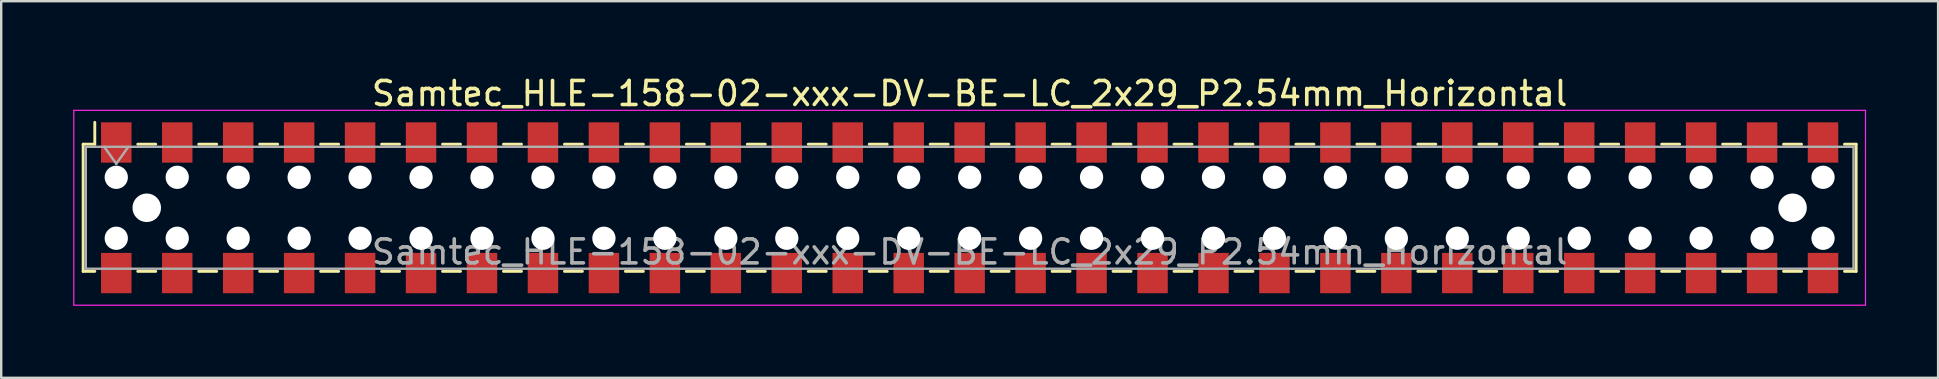
<source format=kicad_pcb>
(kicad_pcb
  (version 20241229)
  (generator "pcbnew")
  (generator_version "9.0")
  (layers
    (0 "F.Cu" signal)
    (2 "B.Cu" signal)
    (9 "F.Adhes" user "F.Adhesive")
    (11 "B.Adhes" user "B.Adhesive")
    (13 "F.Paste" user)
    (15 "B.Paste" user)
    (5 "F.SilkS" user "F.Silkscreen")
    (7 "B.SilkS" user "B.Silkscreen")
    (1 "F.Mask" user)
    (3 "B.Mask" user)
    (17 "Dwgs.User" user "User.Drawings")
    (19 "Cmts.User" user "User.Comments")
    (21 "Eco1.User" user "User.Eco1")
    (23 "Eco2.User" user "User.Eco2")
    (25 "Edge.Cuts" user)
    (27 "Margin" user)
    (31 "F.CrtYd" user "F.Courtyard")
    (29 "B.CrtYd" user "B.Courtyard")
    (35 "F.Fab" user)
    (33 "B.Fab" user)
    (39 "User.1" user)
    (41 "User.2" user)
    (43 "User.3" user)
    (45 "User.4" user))
  (footprint "Samtec_HLE-158-02-xxx-DV-BE-LC_2x29_P2.54mm_Horizontal"
    (layer "F.Cu")
    (at 37.355 5.608)
    (property "Reference" "Samtec_HLE-158-02-xxx-DV-BE-LC_2x29_P2.54mm_Horizontal" (at 0 -4.76 0) (layer "F.SilkS") (effects (font (size 1 1) (thickness 0.15))))
    (attr smd)
    (fp_line (start -36.94 -2.65) (end -36.94 2.65) (stroke (width 0.12) (type solid)) (layer "F.SilkS"))
    (fp_line (start -36.94 2.65) (end -36.455 2.65) (stroke (width 0.12) (type solid)) (layer "F.SilkS"))
    (fp_line (start -36.455 -3.56) (end -36.455 -2.65) (stroke (width 0.12) (type solid)) (layer "F.SilkS"))
    (fp_line (start -36.455 -2.65) (end -36.94 -2.65) (stroke (width 0.12) (type solid)) (layer "F.SilkS"))
    (fp_line (start -34.665 -2.65) (end -33.915 -2.65) (stroke (width 0.12) (type solid)) (layer "F.SilkS"))
    (fp_line (start -34.665 2.65) (end -33.915 2.65) (stroke (width 0.12) (type solid)) (layer "F.SilkS"))
    (fp_line (start -32.125 -2.65) (end -31.375 -2.65) (stroke (width 0.12) (type solid)) (layer "F.SilkS"))
    (fp_line (start -32.125 2.65) (end -31.375 2.65) (stroke (width 0.12) (type solid)) (layer "F.SilkS"))
    (fp_line (start -29.585 -2.65) (end -28.835 -2.65) (stroke (width 0.12) (type solid)) (layer "F.SilkS"))
    (fp_line (start -29.585 2.65) (end -28.835 2.65) (stroke (width 0.12) (type solid)) (layer "F.SilkS"))
    (fp_line (start -27.045 -2.65) (end -26.295 -2.65) (stroke (width 0.12) (type solid)) (layer "F.SilkS"))
    (fp_line (start -27.045 2.65) (end -26.295 2.65) (stroke (width 0.12) (type solid)) (layer "F.SilkS"))
    (fp_line (start -24.505 -2.65) (end -23.755 -2.65) (stroke (width 0.12) (type solid)) (layer "F.SilkS"))
    (fp_line (start -24.505 2.65) (end -23.755 2.65) (stroke (width 0.12) (type solid)) (layer "F.SilkS"))
    (fp_line (start -21.965 -2.65) (end -21.215 -2.65) (stroke (width 0.12) (type solid)) (layer "F.SilkS"))
    (fp_line (start -21.965 2.65) (end -21.215 2.65) (stroke (width 0.12) (type solid)) (layer "F.SilkS"))
    (fp_line (start -19.425 -2.65) (end -18.675 -2.65) (stroke (width 0.12) (type solid)) (layer "F.SilkS"))
    (fp_line (start -19.425 2.65) (end -18.675 2.65) (stroke (width 0.12) (type solid)) (layer "F.SilkS"))
    (fp_line (start -16.885 -2.65) (end -16.135 -2.65) (stroke (width 0.12) (type solid)) (layer "F.SilkS"))
    (fp_line (start -16.885 2.65) (end -16.135 2.65) (stroke (width 0.12) (type solid)) (layer "F.SilkS"))
    (fp_line (start -14.345 -2.65) (end -13.595 -2.65) (stroke (width 0.12) (type solid)) (layer "F.SilkS"))
    (fp_line (start -14.345 2.65) (end -13.595 2.65) (stroke (width 0.12) (type solid)) (layer "F.SilkS"))
    (fp_line (start -11.805 -2.65) (end -11.055 -2.65) (stroke (width 0.12) (type solid)) (layer "F.SilkS"))
    (fp_line (start -11.805 2.65) (end -11.055 2.65) (stroke (width 0.12) (type solid)) (layer "F.SilkS"))
    (fp_line (start -9.265 -2.65) (end -8.515 -2.65) (stroke (width 0.12) (type solid)) (layer "F.SilkS"))
    (fp_line (start -9.265 2.65) (end -8.515 2.65) (stroke (width 0.12) (type solid)) (layer "F.SilkS"))
    (fp_line (start -6.725 -2.65) (end -5.975 -2.65) (stroke (width 0.12) (type solid)) (layer "F.SilkS"))
    (fp_line (start -6.725 2.65) (end -5.975 2.65) (stroke (width 0.12) (type solid)) (layer "F.SilkS"))
    (fp_line (start -4.185 -2.65) (end -3.435 -2.65) (stroke (width 0.12) (type solid)) (layer "F.SilkS"))
    (fp_line (start -4.185 2.65) (end -3.435 2.65) (stroke (width 0.12) (type solid)) (layer "F.SilkS"))
    (fp_line (start -1.645 -2.65) (end -0.895 -2.65) (stroke (width 0.12) (type solid)) (layer "F.SilkS"))
    (fp_line (start -1.645 2.65) (end -0.895 2.65) (stroke (width 0.12) (type solid)) (layer "F.SilkS"))
    (fp_line (start 0.895 -2.65) (end 1.645 -2.65) (stroke (width 0.12) (type solid)) (layer "F.SilkS"))
    (fp_line (start 0.895 2.65) (end 1.645 2.65) (stroke (width 0.12) (type solid)) (layer "F.SilkS"))
    (fp_line (start 3.435 -2.65) (end 4.185 -2.65) (stroke (width 0.12) (type solid)) (layer "F.SilkS"))
    (fp_line (start 3.435 2.65) (end 4.185 2.65) (stroke (width 0.12) (type solid)) (layer "F.SilkS"))
    (fp_line (start 5.975 -2.65) (end 6.725 -2.65) (stroke (width 0.12) (type solid)) (layer "F.SilkS"))
    (fp_line (start 5.975 2.65) (end 6.725 2.65) (stroke (width 0.12) (type solid)) (layer "F.SilkS"))
    (fp_line (start 8.515 -2.65) (end 9.265 -2.65) (stroke (width 0.12) (type solid)) (layer "F.SilkS"))
    (fp_line (start 8.515 2.65) (end 9.265 2.65) (stroke (width 0.12) (type solid)) (layer "F.SilkS"))
    (fp_line (start 11.055 -2.65) (end 11.805 -2.65) (stroke (width 0.12) (type solid)) (layer "F.SilkS"))
    (fp_line (start 11.055 2.65) (end 11.805 2.65) (stroke (width 0.12) (type solid)) (layer "F.SilkS"))
    (fp_line (start 13.595 -2.65) (end 14.345 -2.65) (stroke (width 0.12) (type solid)) (layer "F.SilkS"))
    (fp_line (start 13.595 2.65) (end 14.345 2.65) (stroke (width 0.12) (type solid)) (layer "F.SilkS"))
    (fp_line (start 16.135 -2.65) (end 16.885 -2.65) (stroke (width 0.12) (type solid)) (layer "F.SilkS"))
    (fp_line (start 16.135 2.65) (end 16.885 2.65) (stroke (width 0.12) (type solid)) (layer "F.SilkS"))
    (fp_line (start 18.675 -2.65) (end 19.425 -2.65) (stroke (width 0.12) (type solid)) (layer "F.SilkS"))
    (fp_line (start 18.675 2.65) (end 19.425 2.65) (stroke (width 0.12) (type solid)) (layer "F.SilkS"))
    (fp_line (start 21.215 -2.65) (end 21.965 -2.65) (stroke (width 0.12) (type solid)) (layer "F.SilkS"))
    (fp_line (start 21.215 2.65) (end 21.965 2.65) (stroke (width 0.12) (type solid)) (layer "F.SilkS"))
    (fp_line (start 23.755 -2.65) (end 24.505 -2.65) (stroke (width 0.12) (type solid)) (layer "F.SilkS"))
    (fp_line (start 23.755 2.65) (end 24.505 2.65) (stroke (width 0.12) (type solid)) (layer "F.SilkS"))
    (fp_line (start 26.295 -2.65) (end 27.045 -2.65) (stroke (width 0.12) (type solid)) (layer "F.SilkS"))
    (fp_line (start 26.295 2.65) (end 27.045 2.65) (stroke (width 0.12) (type solid)) (layer "F.SilkS"))
    (fp_line (start 28.835 -2.65) (end 29.585 -2.65) (stroke (width 0.12) (type solid)) (layer "F.SilkS"))
    (fp_line (start 28.835 2.65) (end 29.585 2.65) (stroke (width 0.12) (type solid)) (layer "F.SilkS"))
    (fp_line (start 31.375 -2.65) (end 32.125 -2.65) (stroke (width 0.12) (type solid)) (layer "F.SilkS"))
    (fp_line (start 31.375 2.65) (end 32.125 2.65) (stroke (width 0.12) (type solid)) (layer "F.SilkS"))
    (fp_line (start 33.915 -2.65) (end 34.665 -2.65) (stroke (width 0.12) (type solid)) (layer "F.SilkS"))
    (fp_line (start 33.915 2.65) (end 34.665 2.65) (stroke (width 0.12) (type solid)) (layer "F.SilkS"))
    (fp_line (start 36.455 -2.65) (end 36.94 -2.65) (stroke (width 0.12) (type solid)) (layer "F.SilkS"))
    (fp_line (start 36.94 -2.65) (end 36.94 2.65) (stroke (width 0.12) (type solid)) (layer "F.SilkS"))
    (fp_line (start 36.94 2.65) (end 36.455 2.65) (stroke (width 0.12) (type solid)) (layer "F.SilkS"))
    (fp_line (start -37.33 -4.06) (end 37.33 -4.06) (stroke (width 0.05) (type solid)) (layer "F.CrtYd"))
    (fp_line (start -37.33 4.06) (end -37.33 -4.06) (stroke (width 0.05) (type solid)) (layer "F.CrtYd"))
    (fp_line (start 37.33 -4.06) (end 37.33 4.06) (stroke (width 0.05) (type solid)) (layer "F.CrtYd"))
    (fp_line (start 37.33 4.06) (end -37.33 4.06) (stroke (width 0.05) (type solid)) (layer "F.CrtYd"))
    (fp_line (start -36.83 -2.54) (end 36.83 -2.54) (stroke (width 0.1) (type solid)) (layer "F.Fab"))
    (fp_line (start -36.83 2.54) (end -36.83 -2.54) (stroke (width 0.1) (type solid)) (layer "F.Fab"))
    (fp_line (start -36.06 -2.54) (end -35.56 -1.833) (stroke (width 0.1) (type solid)) (layer "F.Fab"))
    (fp_line (start -35.56 -1.833) (end -35.06 -2.54) (stroke (width 0.1) (type solid)) (layer "F.Fab"))
    (fp_line (start 36.83 -2.54) (end 36.83 2.54) (stroke (width 0.1) (type solid)) (layer "F.Fab"))
    (fp_line (start 36.83 2.54) (end -36.83 2.54) (stroke (width 0.1) (type solid)) (layer "F.Fab"))
    (fp_text user "${REFERENCE}" (at 0 1.84 0) (layer "F.Fab") (effects (font (size 1 1) (thickness 0.15))))
    (pad "" np_thru_hole circle (at -35.56 -1.27) (size 0.97 0.97) (drill 0.97) (layers "*.Cu" "*.Mask"))
    (pad "" np_thru_hole circle (at -35.56 1.27) (size 0.97 0.97) (drill 0.97) (layers "*.Cu" "*.Mask"))
    (pad "" np_thru_hole circle (at -34.29 0) (size 1.19 1.19) (drill 1.19) (layers "*.Cu" "*.Mask"))
    (pad "" np_thru_hole circle (at -33.02 -1.27) (size 0.97 0.97) (drill 0.97) (layers "*.Cu" "*.Mask"))
    (pad "" np_thru_hole circle (at -33.02 1.27) (size 0.97 0.97) (drill 0.97) (layers "*.Cu" "*.Mask"))
    (pad "" np_thru_hole circle (at -30.48 -1.27) (size 0.97 0.97) (drill 0.97) (layers "*.Cu" "*.Mask"))
    (pad "" np_thru_hole circle (at -30.48 1.27) (size 0.97 0.97) (drill 0.97) (layers "*.Cu" "*.Mask"))
    (pad "" np_thru_hole circle (at -27.94 -1.27) (size 0.97 0.97) (drill 0.97) (layers "*.Cu" "*.Mask"))
    (pad "" np_thru_hole circle (at -27.94 1.27) (size 0.97 0.97) (drill 0.97) (layers "*.Cu" "*.Mask"))
    (pad "" np_thru_hole circle (at -25.4 -1.27) (size 0.97 0.97) (drill 0.97) (layers "*.Cu" "*.Mask"))
    (pad "" np_thru_hole circle (at -25.4 1.27) (size 0.97 0.97) (drill 0.97) (layers "*.Cu" "*.Mask"))
    (pad "" np_thru_hole circle (at -22.86 -1.27) (size 0.97 0.97) (drill 0.97) (layers "*.Cu" "*.Mask"))
    (pad "" np_thru_hole circle (at -22.86 1.27) (size 0.97 0.97) (drill 0.97) (layers "*.Cu" "*.Mask"))
    (pad "" np_thru_hole circle (at -20.32 -1.27) (size 0.97 0.97) (drill 0.97) (layers "*.Cu" "*.Mask"))
    (pad "" np_thru_hole circle (at -20.32 1.27) (size 0.97 0.97) (drill 0.97) (layers "*.Cu" "*.Mask"))
    (pad "" np_thru_hole circle (at -17.78 -1.27) (size 0.97 0.97) (drill 0.97) (layers "*.Cu" "*.Mask"))
    (pad "" np_thru_hole circle (at -17.78 1.27) (size 0.97 0.97) (drill 0.97) (layers "*.Cu" "*.Mask"))
    (pad "" np_thru_hole circle (at -15.24 -1.27) (size 0.97 0.97) (drill 0.97) (layers "*.Cu" "*.Mask"))
    (pad "" np_thru_hole circle (at -15.24 1.27) (size 0.97 0.97) (drill 0.97) (layers "*.Cu" "*.Mask"))
    (pad "" np_thru_hole circle (at -12.7 -1.27) (size 0.97 0.97) (drill 0.97) (layers "*.Cu" "*.Mask"))
    (pad "" np_thru_hole circle (at -12.7 1.27) (size 0.97 0.97) (drill 0.97) (layers "*.Cu" "*.Mask"))
    (pad "" np_thru_hole circle (at -10.16 -1.27) (size 0.97 0.97) (drill 0.97) (layers "*.Cu" "*.Mask"))
    (pad "" np_thru_hole circle (at -10.16 1.27) (size 0.97 0.97) (drill 0.97) (layers "*.Cu" "*.Mask"))
    (pad "" np_thru_hole circle (at -7.62 -1.27) (size 0.97 0.97) (drill 0.97) (layers "*.Cu" "*.Mask"))
    (pad "" np_thru_hole circle (at -7.62 1.27) (size 0.97 0.97) (drill 0.97) (layers "*.Cu" "*.Mask"))
    (pad "" np_thru_hole circle (at -5.08 -1.27) (size 0.97 0.97) (drill 0.97) (layers "*.Cu" "*.Mask"))
    (pad "" np_thru_hole circle (at -5.08 1.27) (size 0.97 0.97) (drill 0.97) (layers "*.Cu" "*.Mask"))
    (pad "" np_thru_hole circle (at -2.54 -1.27) (size 0.97 0.97) (drill 0.97) (layers "*.Cu" "*.Mask"))
    (pad "" np_thru_hole circle (at -2.54 1.27) (size 0.97 0.97) (drill 0.97) (layers "*.Cu" "*.Mask"))
    (pad "" np_thru_hole circle (at 0 -1.27) (size 0.97 0.97) (drill 0.97) (layers "*.Cu" "*.Mask"))
    (pad "" np_thru_hole circle (at 0 1.27) (size 0.97 0.97) (drill 0.97) (layers "*.Cu" "*.Mask"))
    (pad "" np_thru_hole circle (at 2.54 -1.27) (size 0.97 0.97) (drill 0.97) (layers "*.Cu" "*.Mask"))
    (pad "" np_thru_hole circle (at 2.54 1.27) (size 0.97 0.97) (drill 0.97) (layers "*.Cu" "*.Mask"))
    (pad "" np_thru_hole circle (at 5.08 -1.27) (size 0.97 0.97) (drill 0.97) (layers "*.Cu" "*.Mask"))
    (pad "" np_thru_hole circle (at 5.08 1.27) (size 0.97 0.97) (drill 0.97) (layers "*.Cu" "*.Mask"))
    (pad "" np_thru_hole circle (at 7.62 -1.27) (size 0.97 0.97) (drill 0.97) (layers "*.Cu" "*.Mask"))
    (pad "" np_thru_hole circle (at 7.62 1.27) (size 0.97 0.97) (drill 0.97) (layers "*.Cu" "*.Mask"))
    (pad "" np_thru_hole circle (at 10.16 -1.27) (size 0.97 0.97) (drill 0.97) (layers "*.Cu" "*.Mask"))
    (pad "" np_thru_hole circle (at 10.16 1.27) (size 0.97 0.97) (drill 0.97) (layers "*.Cu" "*.Mask"))
    (pad "" np_thru_hole circle (at 12.7 -1.27) (size 0.97 0.97) (drill 0.97) (layers "*.Cu" "*.Mask"))
    (pad "" np_thru_hole circle (at 12.7 1.27) (size 0.97 0.97) (drill 0.97) (layers "*.Cu" "*.Mask"))
    (pad "" np_thru_hole circle (at 15.24 -1.27) (size 0.97 0.97) (drill 0.97) (layers "*.Cu" "*.Mask"))
    (pad "" np_thru_hole circle (at 15.24 1.27) (size 0.97 0.97) (drill 0.97) (layers "*.Cu" "*.Mask"))
    (pad "" np_thru_hole circle (at 17.78 -1.27) (size 0.97 0.97) (drill 0.97) (layers "*.Cu" "*.Mask"))
    (pad "" np_thru_hole circle (at 17.78 1.27) (size 0.97 0.97) (drill 0.97) (layers "*.Cu" "*.Mask"))
    (pad "" np_thru_hole circle (at 20.32 -1.27) (size 0.97 0.97) (drill 0.97) (layers "*.Cu" "*.Mask"))
    (pad "" np_thru_hole circle (at 20.32 1.27) (size 0.97 0.97) (drill 0.97) (layers "*.Cu" "*.Mask"))
    (pad "" np_thru_hole circle (at 22.86 -1.27) (size 0.97 0.97) (drill 0.97) (layers "*.Cu" "*.Mask"))
    (pad "" np_thru_hole circle (at 22.86 1.27) (size 0.97 0.97) (drill 0.97) (layers "*.Cu" "*.Mask"))
    (pad "" np_thru_hole circle (at 25.4 -1.27) (size 0.97 0.97) (drill 0.97) (layers "*.Cu" "*.Mask"))
    (pad "" np_thru_hole circle (at 25.4 1.27) (size 0.97 0.97) (drill 0.97) (layers "*.Cu" "*.Mask"))
    (pad "" np_thru_hole circle (at 27.94 -1.27) (size 0.97 0.97) (drill 0.97) (layers "*.Cu" "*.Mask"))
    (pad "" np_thru_hole circle (at 27.94 1.27) (size 0.97 0.97) (drill 0.97) (layers "*.Cu" "*.Mask"))
    (pad "" np_thru_hole circle (at 30.48 -1.27) (size 0.97 0.97) (drill 0.97) (layers "*.Cu" "*.Mask"))
    (pad "" np_thru_hole circle (at 30.48 1.27) (size 0.97 0.97) (drill 0.97) (layers "*.Cu" "*.Mask"))
    (pad "" np_thru_hole circle (at 33.02 -1.27) (size 0.97 0.97) (drill 0.97) (layers "*.Cu" "*.Mask"))
    (pad "" np_thru_hole circle (at 33.02 1.27) (size 0.97 0.97) (drill 0.97) (layers "*.Cu" "*.Mask"))
    (pad "" np_thru_hole circle (at 34.29 0) (size 1.19 1.19) (drill 1.19) (layers "*.Cu" "*.Mask"))
    (pad "" np_thru_hole circle (at 35.56 -1.27) (size 0.97 0.97) (drill 0.97) (layers "*.Cu" "*.Mask"))
    (pad "" np_thru_hole circle (at 35.56 1.27) (size 0.97 0.97) (drill 0.97) (layers "*.Cu" "*.Mask"))
    (pad "1" smd rect (at -35.56 -2.72) (size 1.27 1.68) (layers "F.Cu" "F.Mask" "F.Paste"))
    (pad "2" smd rect (at -35.56 2.72) (size 1.27 1.68) (layers "F.Cu" "F.Mask" "F.Paste"))
    (pad "3" smd rect (at -33.02 -2.72) (size 1.27 1.68) (layers "F.Cu" "F.Mask" "F.Paste"))
    (pad "4" smd rect (at -33.02 2.72) (size 1.27 1.68) (layers "F.Cu" "F.Mask" "F.Paste"))
    (pad "5" smd rect (at -30.48 -2.72) (size 1.27 1.68) (layers "F.Cu" "F.Mask" "F.Paste"))
    (pad "6" smd rect (at -30.48 2.72) (size 1.27 1.68) (layers "F.Cu" "F.Mask" "F.Paste"))
    (pad "7" smd rect (at -27.94 -2.72) (size 1.27 1.68) (layers "F.Cu" "F.Mask" "F.Paste"))
    (pad "8" smd rect (at -27.94 2.72) (size 1.27 1.68) (layers "F.Cu" "F.Mask" "F.Paste"))
    (pad "9" smd rect (at -25.4 -2.72) (size 1.27 1.68) (layers "F.Cu" "F.Mask" "F.Paste"))
    (pad "10" smd rect (at -25.4 2.72) (size 1.27 1.68) (layers "F.Cu" "F.Mask" "F.Paste"))
    (pad "11" smd rect (at -22.86 -2.72) (size 1.27 1.68) (layers "F.Cu" "F.Mask" "F.Paste"))
    (pad "12" smd rect (at -22.86 2.72) (size 1.27 1.68) (layers "F.Cu" "F.Mask" "F.Paste"))
    (pad "13" smd rect (at -20.32 -2.72) (size 1.27 1.68) (layers "F.Cu" "F.Mask" "F.Paste"))
    (pad "14" smd rect (at -20.32 2.72) (size 1.27 1.68) (layers "F.Cu" "F.Mask" "F.Paste"))
    (pad "15" smd rect (at -17.78 -2.72) (size 1.27 1.68) (layers "F.Cu" "F.Mask" "F.Paste"))
    (pad "16" smd rect (at -17.78 2.72) (size 1.27 1.68) (layers "F.Cu" "F.Mask" "F.Paste"))
    (pad "17" smd rect (at -15.24 -2.72) (size 1.27 1.68) (layers "F.Cu" "F.Mask" "F.Paste"))
    (pad "18" smd rect (at -15.24 2.72) (size 1.27 1.68) (layers "F.Cu" "F.Mask" "F.Paste"))
    (pad "19" smd rect (at -12.7 -2.72) (size 1.27 1.68) (layers "F.Cu" "F.Mask" "F.Paste"))
    (pad "20" smd rect (at -12.7 2.72) (size 1.27 1.68) (layers "F.Cu" "F.Mask" "F.Paste"))
    (pad "21" smd rect (at -10.16 -2.72) (size 1.27 1.68) (layers "F.Cu" "F.Mask" "F.Paste"))
    (pad "22" smd rect (at -10.16 2.72) (size 1.27 1.68) (layers "F.Cu" "F.Mask" "F.Paste"))
    (pad "23" smd rect (at -7.62 -2.72) (size 1.27 1.68) (layers "F.Cu" "F.Mask" "F.Paste"))
    (pad "24" smd rect (at -7.62 2.72) (size 1.27 1.68) (layers "F.Cu" "F.Mask" "F.Paste"))
    (pad "25" smd rect (at -5.08 -2.72) (size 1.27 1.68) (layers "F.Cu" "F.Mask" "F.Paste"))
    (pad "26" smd rect (at -5.08 2.72) (size 1.27 1.68) (layers "F.Cu" "F.Mask" "F.Paste"))
    (pad "27" smd rect (at -2.54 -2.72) (size 1.27 1.68) (layers "F.Cu" "F.Mask" "F.Paste"))
    (pad "28" smd rect (at -2.54 2.72) (size 1.27 1.68) (layers "F.Cu" "F.Mask" "F.Paste"))
    (pad "29" smd rect (at 0 -2.72) (size 1.27 1.68) (layers "F.Cu" "F.Mask" "F.Paste"))
    (pad "30" smd rect (at 0 2.72) (size 1.27 1.68) (layers "F.Cu" "F.Mask" "F.Paste"))
    (pad "31" smd rect (at 2.54 -2.72) (size 1.27 1.68) (layers "F.Cu" "F.Mask" "F.Paste"))
    (pad "32" smd rect (at 2.54 2.72) (size 1.27 1.68) (layers "F.Cu" "F.Mask" "F.Paste"))
    (pad "33" smd rect (at 5.08 -2.72) (size 1.27 1.68) (layers "F.Cu" "F.Mask" "F.Paste"))
    (pad "34" smd rect (at 5.08 2.72) (size 1.27 1.68) (layers "F.Cu" "F.Mask" "F.Paste"))
    (pad "35" smd rect (at 7.62 -2.72) (size 1.27 1.68) (layers "F.Cu" "F.Mask" "F.Paste"))
    (pad "36" smd rect (at 7.62 2.72) (size 1.27 1.68) (layers "F.Cu" "F.Mask" "F.Paste"))
    (pad "37" smd rect (at 10.16 -2.72) (size 1.27 1.68) (layers "F.Cu" "F.Mask" "F.Paste"))
    (pad "38" smd rect (at 10.16 2.72) (size 1.27 1.68) (layers "F.Cu" "F.Mask" "F.Paste"))
    (pad "39" smd rect (at 12.7 -2.72) (size 1.27 1.68) (layers "F.Cu" "F.Mask" "F.Paste"))
    (pad "40" smd rect (at 12.7 2.72) (size 1.27 1.68) (layers "F.Cu" "F.Mask" "F.Paste"))
    (pad "41" smd rect (at 15.24 -2.72) (size 1.27 1.68) (layers "F.Cu" "F.Mask" "F.Paste"))
    (pad "42" smd rect (at 15.24 2.72) (size 1.27 1.68) (layers "F.Cu" "F.Mask" "F.Paste"))
    (pad "43" smd rect (at 17.78 -2.72) (size 1.27 1.68) (layers "F.Cu" "F.Mask" "F.Paste"))
    (pad "44" smd rect (at 17.78 2.72) (size 1.27 1.68) (layers "F.Cu" "F.Mask" "F.Paste"))
    (pad "45" smd rect (at 20.32 -2.72) (size 1.27 1.68) (layers "F.Cu" "F.Mask" "F.Paste"))
    (pad "46" smd rect (at 20.32 2.72) (size 1.27 1.68) (layers "F.Cu" "F.Mask" "F.Paste"))
    (pad "47" smd rect (at 22.86 -2.72) (size 1.27 1.68) (layers "F.Cu" "F.Mask" "F.Paste"))
    (pad "48" smd rect (at 22.86 2.72) (size 1.27 1.68) (layers "F.Cu" "F.Mask" "F.Paste"))
    (pad "49" smd rect (at 25.4 -2.72) (size 1.27 1.68) (layers "F.Cu" "F.Mask" "F.Paste"))
    (pad "50" smd rect (at 25.4 2.72) (size 1.27 1.68) (layers "F.Cu" "F.Mask" "F.Paste"))
    (pad "51" smd rect (at 27.94 -2.72) (size 1.27 1.68) (layers "F.Cu" "F.Mask" "F.Paste"))
    (pad "52" smd rect (at 27.94 2.72) (size 1.27 1.68) (layers "F.Cu" "F.Mask" "F.Paste"))
    (pad "53" smd rect (at 30.48 -2.72) (size 1.27 1.68) (layers "F.Cu" "F.Mask" "F.Paste"))
    (pad "54" smd rect (at 30.48 2.72) (size 1.27 1.68) (layers "F.Cu" "F.Mask" "F.Paste"))
    (pad "55" smd rect (at 33.02 -2.72) (size 1.27 1.68) (layers "F.Cu" "F.Mask" "F.Paste"))
    (pad "56" smd rect (at 33.02 2.72) (size 1.27 1.68) (layers "F.Cu" "F.Mask" "F.Paste"))
    (pad "57" smd rect (at 35.56 -2.72) (size 1.27 1.68) (layers "F.Cu" "F.Mask" "F.Paste"))
    (pad "58" smd rect (at 35.56 2.72) (size 1.27 1.68) (layers "F.Cu" "F.Mask" "F.Paste")))
  (gr_rect
    (start -3 -3)
    (end 77.71 12.693)
    (stroke (width 0.1) (type default))
    (fill no)
    (layer "Edge.Cuts")))
</source>
